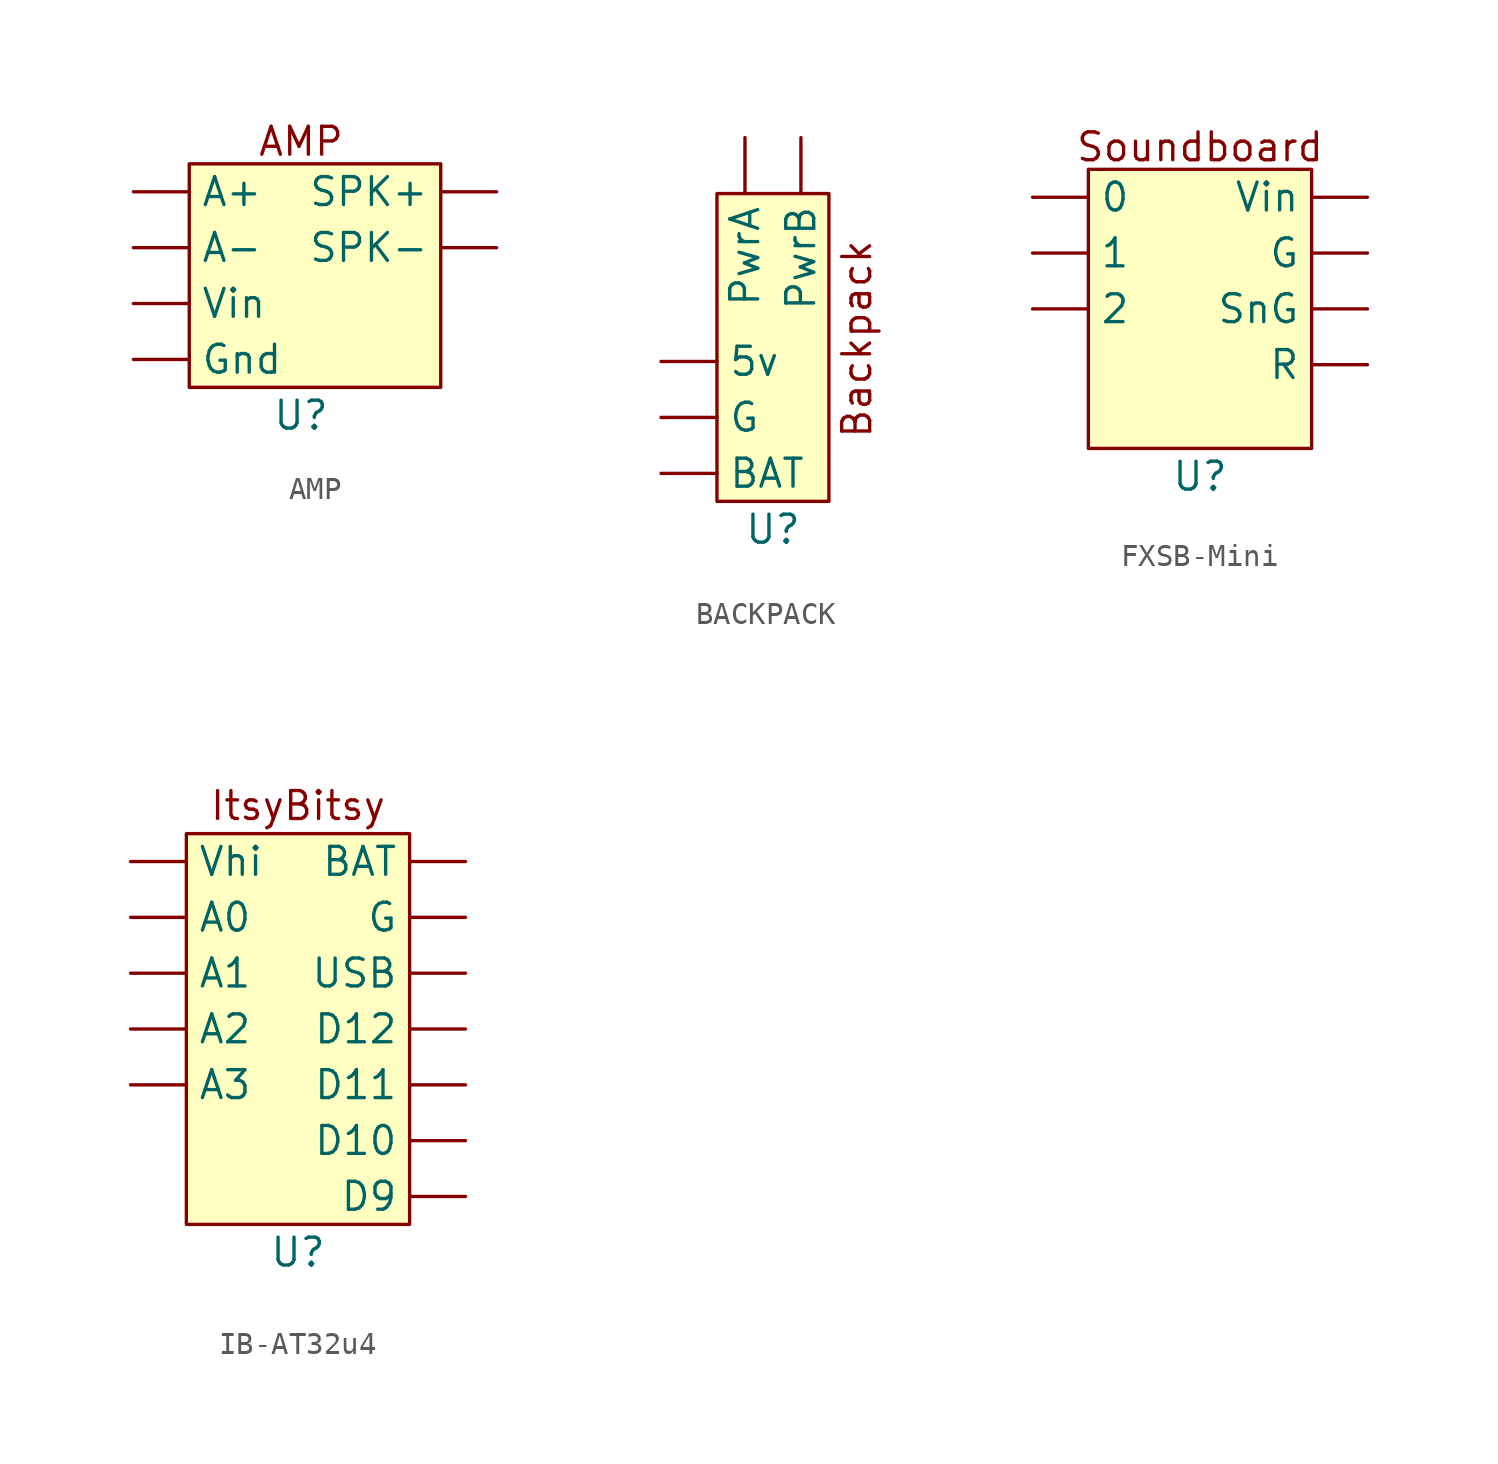
<source format=kicad_sym>
(kicad_symbol_lib
  (version 20231120)
  (generator "kicad_symbol_editor")
  (generator_version "8.0")
  (symbol "AMP"
    (property "Reference" "U"
      (at 0 0 0)
      (effects (font (size 1.27 1.27))))
    (property "Value" ""
      (at 0 0 0)
      (effects (font (size 1.27 1.27))))
    (symbol "AMP_1_1"
      (rectangle (start -5.08 11.43) (end 6.35 1.27) (stroke (width 0) (type default)) (fill (type background)))
      (text "AMP" (at 0 12.446 0) (effects (font (size 1.27 1.27))))
      (pin bidirectional line (at -7.62 10.16 0) (length 2.54) (name "A+" (effects (font (size 1.27 1.27)))) (number "" (effects (font (size 1.27 1.27)))))
      (pin bidirectional line (at -7.62 7.62 0) (length 2.54) (name "A-" (effects (font (size 1.27 1.27)))) (number "" (effects (font (size 1.27 1.27)))))
      (pin passive line (at -7.62 2.54 0) (length 2.54) (name "Gnd" (effects (font (size 1.27 1.27)))) (number "" (effects (font (size 1.27 1.27)))))
      (pin bidirectional line (at 8.89 10.16 180) (length 2.54) (name "SPK+" (effects (font (size 1.27 1.27)))) (number "" (effects (font (size 1.27 1.27)))))
      (pin bidirectional line (at 8.89 7.62 180) (length 2.54) (name "SPK-" (effects (font (size 1.27 1.27)))) (number "" (effects (font (size 1.27 1.27)))))
      (pin passive line (at -7.62 5.08 0) (length 2.54) (name "Vin" (effects (font (size 1.27 1.27)))) (number "" (effects (font (size 1.27 1.27)))))))
  (symbol "BACKPACK"
    (property "Reference" "U"
      (at 0 0 0)
      (effects (font (size 1.27 1.27))))
    (property "Value" ""
      (at 0 0 0)
      (effects (font (size 1.27 1.27))))
    (symbol "BACKPACK_1_1"
      (rectangle (start -2.54 15.24) (end 2.54 1.27) (stroke (width 0) (type default)) (fill (type background)))
      (text "Backpack" (at 3.81 8.636 900) (effects (font (size 1.27 1.27))))
      (pin passive line (at -5.08 7.62 0) (length 2.54) (name "5v" (effects (font (size 1.27 1.27)))) (number "" (effects (font (size 1.27 1.27)))))
      (pin passive line (at -5.08 2.54 0) (length 2.54) (name "BAT" (effects (font (size 1.27 1.27)))) (number "" (effects (font (size 1.27 1.27)))))
      (pin passive line (at -5.08 5.08 0) (length 2.54) (name "G" (effects (font (size 1.27 1.27)))) (number "" (effects (font (size 1.27 1.27)))))
      (pin bidirectional line (at -1.27 17.78 270) (length 2.54) (name "PwrA" (effects (font (size 1.27 1.27)))) (number "" (effects (font (size 1.27 1.27)))))
      (pin bidirectional line (at 1.27 17.78 270) (length 2.54) (name "PwrB" (effects (font (size 1.27 1.27)))) (number "" (effects (font (size 1.27 1.27)))))))
  (symbol "FXSB-Mini"
    (property "Reference" "U"
      (at 0 0 0)
      (effects (font (size 1.27 1.27))))
    (property "Value" ""
      (at 0 0 0)
      (effects (font (size 1.27 1.27))))
    (symbol "FXSB-Mini_1_1"
      (rectangle (start -5.08 13.97) (end 5.08 1.27) (stroke (width 0) (type default)) (fill (type background)))
      (text "Soundboard" (at 0 14.986 0) (effects (font (size 1.27 1.27))))
      (pin bidirectional line (at -7.62 12.7 0) (length 2.54) (name "0" (effects (font (size 1.27 1.27)))) (number "" (effects (font (size 1.27 1.27)))))
      (pin bidirectional line (at -7.62 10.16 0) (length 2.54) (name "1" (effects (font (size 1.27 1.27)))) (number "" (effects (font (size 1.27 1.27)))))
      (pin bidirectional line (at -7.62 7.62 0) (length 2.54) (name "2" (effects (font (size 1.27 1.27)))) (number "" (effects (font (size 1.27 1.27)))))
      (pin passive line (at 7.62 10.16 180) (length 2.54) (name "G" (effects (font (size 1.27 1.27)))) (number "" (effects (font (size 1.27 1.27)))))
      (pin bidirectional line (at 7.62 5.08 180) (length 2.54) (name "R" (effects (font (size 1.27 1.27)))) (number "" (effects (font (size 1.27 1.27)))))
      (pin passive line (at 7.62 7.62 180) (length 2.54) (name "SnG" (effects (font (size 1.27 1.27)))) (number "" (effects (font (size 1.27 1.27)))))
      (pin passive line (at 7.62 12.7 180) (length 2.54) (name "Vin" (effects (font (size 1.27 1.27)))) (number "" (effects (font (size 1.27 1.27)))))))
  (symbol "IB-AT32u4"
    (property "Reference" "U"
      (at 0 -7.62 0)
      (effects (font (size 1.27 1.27))))
    (property "Value" ""
      (at 0 0 0)
      (effects (font (size 1.27 1.27))))
    (symbol "IB-AT32u4_1_1"
      (rectangle (start -5.08 11.43) (end 5.08 -6.35) (stroke (width 0) (type default)) (fill (type background)))
      (text "ItsyBitsy" (at 0 12.7 0) (effects (font (size 1.27 1.27))))
      (pin bidirectional line (at -7.62 7.62 0) (length 2.54) (name "A0" (effects (font (size 1.27 1.27)))) (number "" (effects (font (size 1.27 1.27)))))
      (pin bidirectional line (at -7.62 5.08 0) (length 2.54) (name "A1" (effects (font (size 1.27 1.27)))) (number "" (effects (font (size 1.27 1.27)))))
      (pin bidirectional line (at -7.62 2.54 0) (length 2.54) (name "A2" (effects (font (size 1.27 1.27)))) (number "" (effects (font (size 1.27 1.27)))))
      (pin bidirectional line (at -7.62 0 0) (length 2.54) (name "A3" (effects (font (size 1.27 1.27)))) (number "" (effects (font (size 1.27 1.27)))))
      (pin passive line (at 7.62 10.16 180) (length 2.54) (name "BAT" (effects (font (size 1.27 1.27)))) (number "" (effects (font (size 1.27 1.27)))))
      (pin bidirectional line (at 7.62 -2.54 180) (length 2.54) (name "D10" (effects (font (size 1.27 1.27)))) (number "" (effects (font (size 1.27 1.27)))))
      (pin bidirectional line (at 7.62 0 180) (length 2.54) (name "D11" (effects (font (size 1.27 1.27)))) (number "" (effects (font (size 1.27 1.27)))))
      (pin bidirectional line (at 7.62 2.54 180) (length 2.54) (name "D12" (effects (font (size 1.27 1.27)))) (number "" (effects (font (size 1.27 1.27)))))
      (pin bidirectional line (at 7.62 -5.08 180) (length 2.54) (name "D9" (effects (font (size 1.27 1.27)))) (number "" (effects (font (size 1.27 1.27)))))
      (pin passive line (at 7.62 7.62 180) (length 2.54) (name "G" (effects (font (size 1.27 1.27)))) (number "" (effects (font (size 1.27 1.27)))))
      (pin passive line (at 7.62 5.08 180) (length 2.54) (name "USB" (effects (font (size 1.27 1.27)))) (number "" (effects (font (size 1.27 1.27)))))
      (pin passive line (at -7.62 10.16 0) (length 2.54) (name "Vhi" (effects (font (size 1.27 1.27)))) (number "" (effects (font (size 1.27 1.27))))))))
</source>
